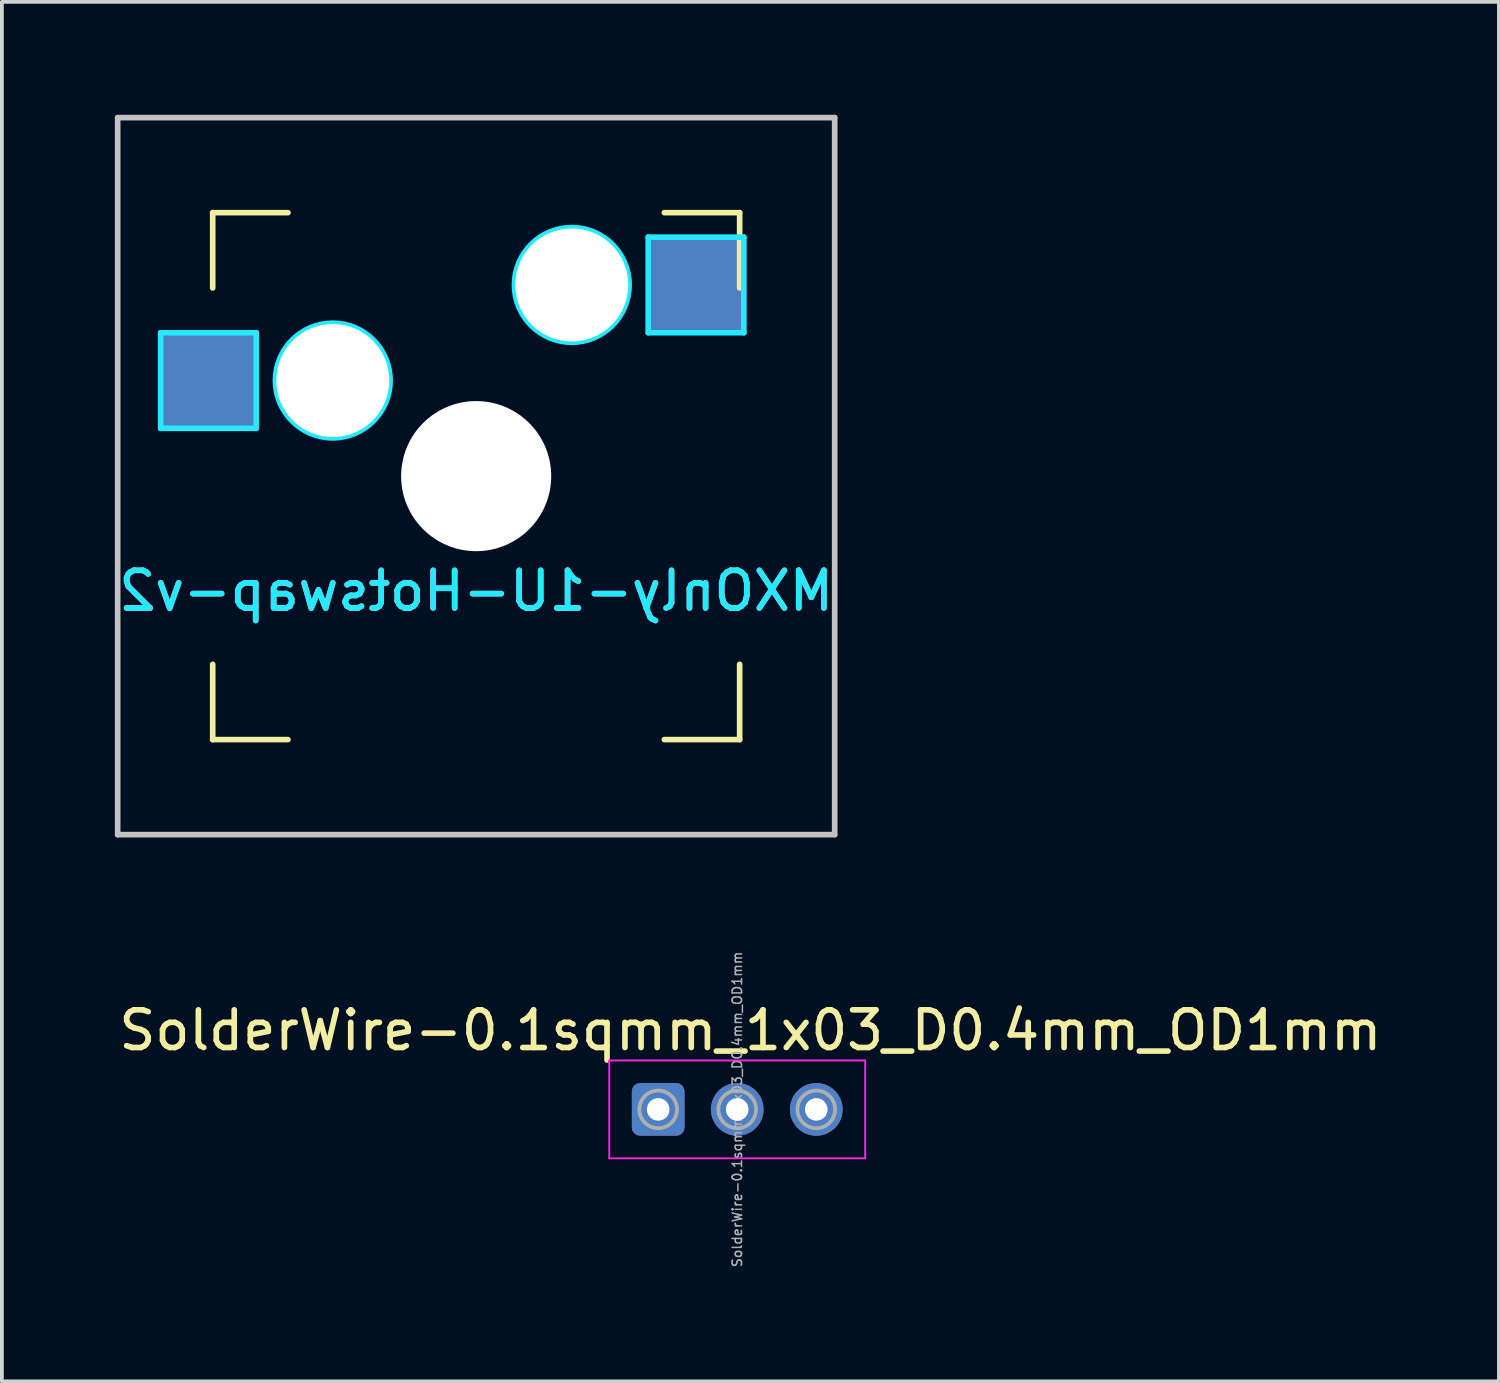
<source format=kicad_pcb>
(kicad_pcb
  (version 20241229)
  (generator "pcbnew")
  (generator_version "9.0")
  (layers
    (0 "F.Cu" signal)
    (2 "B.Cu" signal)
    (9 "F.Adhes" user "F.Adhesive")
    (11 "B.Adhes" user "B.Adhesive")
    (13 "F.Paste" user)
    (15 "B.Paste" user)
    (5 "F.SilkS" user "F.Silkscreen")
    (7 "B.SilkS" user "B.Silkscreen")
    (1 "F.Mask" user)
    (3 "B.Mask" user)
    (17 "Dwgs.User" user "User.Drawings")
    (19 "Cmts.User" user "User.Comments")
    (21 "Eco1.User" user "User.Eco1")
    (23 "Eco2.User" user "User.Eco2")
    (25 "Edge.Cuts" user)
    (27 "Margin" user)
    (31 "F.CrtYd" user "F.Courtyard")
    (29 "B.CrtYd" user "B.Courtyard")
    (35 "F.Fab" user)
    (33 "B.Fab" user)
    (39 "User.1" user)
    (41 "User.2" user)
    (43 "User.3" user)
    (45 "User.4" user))
  (footprint "MXOnly-1U-Hotswap-v2"
    (layer "F.Cu")
    (at 9.601 9.6)
    (property "Reference" "MXOnly-1U-Hotswap-v2" (at 0 3.048 0) (layer "B.CrtYd") (effects (font (size 1 1) (thickness 0.15)) (justify mirror)))
    (attr smd)
    (fp_line (start -7 -7) (end -7 -5) (stroke (width 0.15) (type solid)) (layer "F.SilkS"))
    (fp_line (start -7 5) (end -7 7) (stroke (width 0.15) (type solid)) (layer "F.SilkS"))
    (fp_line (start -7 7) (end -5 7) (stroke (width 0.15) (type solid)) (layer "F.SilkS"))
    (fp_line (start -5 -7) (end -7 -7) (stroke (width 0.15) (type solid)) (layer "F.SilkS"))
    (fp_line (start 5 -7) (end 7 -7) (stroke (width 0.15) (type solid)) (layer "F.SilkS"))
    (fp_line (start 5 7) (end 7 7) (stroke (width 0.15) (type solid)) (layer "F.SilkS"))
    (fp_line (start 7 -7) (end 7 -5) (stroke (width 0.15) (type solid)) (layer "F.SilkS"))
    (fp_line (start 7 7) (end 7 5) (stroke (width 0.15) (type solid)) (layer "F.SilkS"))
    (fp_line (start -9.525 -9.525) (end 9.525 -9.525) (stroke (width 0.15) (type solid)) (layer "Dwgs.User"))
    (fp_line (start -9.525 9.525) (end -9.525 -9.525) (stroke (width 0.15) (type solid)) (layer "Dwgs.User"))
    (fp_line (start 9.525 -9.525) (end 9.525 9.525) (stroke (width 0.15) (type solid)) (layer "Dwgs.User"))
    (fp_line (start 9.525 9.525) (end -9.525 9.525) (stroke (width 0.15) (type solid)) (layer "Dwgs.User"))
    (fp_line (start -8.382 -3.81) (end -8.382 -1.27) (stroke (width 0.15) (type solid)) (layer "B.CrtYd"))
    (fp_line (start -8.382 -1.27) (end -5.842 -1.27) (stroke (width 0.15) (type solid)) (layer "B.CrtYd"))
    (fp_line (start -5.842 -3.81) (end -8.382 -3.81) (stroke (width 0.15) (type solid)) (layer "B.CrtYd"))
    (fp_line (start -5.842 -1.27) (end -5.842 -3.81) (stroke (width 0.15) (type solid)) (layer "B.CrtYd"))
    (fp_line (start 4.572 -6.35) (end 7.112 -6.35) (stroke (width 0.15) (type solid)) (layer "B.CrtYd"))
    (fp_line (start 4.572 -3.81) (end 4.572 -6.35) (stroke (width 0.15) (type solid)) (layer "B.CrtYd"))
    (fp_line (start 7.112 -6.35) (end 7.112 -3.81) (stroke (width 0.15) (type solid)) (layer "B.CrtYd"))
    (fp_line (start 7.112 -3.81) (end 4.572 -3.81) (stroke (width 0.15) (type solid)) (layer "B.CrtYd"))
    (fp_circle (center -3.81 -2.54) (end -3.81 -4.064) (stroke (width 0.15) (type solid)) (fill no) (layer "B.CrtYd"))
    (fp_circle (center 2.54 -5.08) (end 2.54 -6.604) (stroke (width 0.15) (type solid)) (fill no) (layer "B.CrtYd"))
    (fp_text user "${REFERENCE}" (at 0 3.048 0) (layer "B.SilkS") (effects (font (size 1 1) (thickness 0.15)) (justify mirror)))
    (pad "" np_thru_hole circle (at -3.81 -2.54) (size 3 3) (drill 3) (layers "*.Cu" "*.Mask"))
    (pad "" np_thru_hole circle (at 0 0) (size 3.988 3.988) (drill 3.988) (layers "*.Cu" "*.Mask"))
    (pad "" np_thru_hole circle (at 2.54 -5.08) (size 3 3) (drill 3) (layers "*.Cu" "*.Mask"))
    (pad "1" smd rect (at -7.085 -2.54) (size 2.55 2.5) (layers "B.Cu" "B.Mask" "B.Paste"))
    (pad "2" smd rect (at 5.842 -5.08) (size 2.55 2.5) (layers "B.Cu" "B.Mask" "B.Paste")))
  (footprint "SolderWire-0.1sqmm_1x03_D0.4mm_OD1mm"
    (layer "F.Cu")
    (at 14.437 26.425)
    (property "Reference" "SolderWire-0.1sqmm_1x03_D0.4mm_OD1mm" (at 2.45 -2.1 0) (layer "F.SilkS") (effects (font (size 1 1) (thickness 0.15))))
    (attr exclude_from_pos_files exclude_from_bom)
    (fp_line (start -1.3 -1.3) (end -1.3 1.3) (stroke (width 0.05) (type solid)) (layer "F.CrtYd"))
    (fp_line (start -1.3 1.3) (end 5.5 1.3) (stroke (width 0.05) (type solid)) (layer "F.CrtYd"))
    (fp_line (start 5.5 -1.3) (end -1.3 -1.3) (stroke (width 0.05) (type solid)) (layer "F.CrtYd"))
    (fp_line (start 5.5 1.3) (end 5.5 -1.3) (stroke (width 0.05) (type solid)) (layer "F.CrtYd"))
    (fp_circle (center 0 0) (end 0.5 0) (stroke (width 0.1) (type solid)) (fill no) (layer "F.Fab"))
    (fp_circle (center 2.1 0) (end 2.6 0) (stroke (width 0.1) (type solid)) (fill no) (layer "F.Fab"))
    (fp_circle (center 4.2 0) (end 4.7 0) (stroke (width 0.1) (type solid)) (fill no) (layer "F.Fab"))
    (fp_text user "${REFERENCE}" (at 2.1 0 90) (layer "F.Fab") (effects (font (size 0.25 0.25) (thickness 0.04))))
    (pad "1" thru_hole roundrect (at 0 0) (size 1.4 1.4) (drill 0.6) (layers "*.Cu" "*.Mask") (roundrect_rratio 0.156))
    (pad "2" thru_hole circle (at 2.1 0) (size 1.4 1.4) (drill 0.6) (layers "*.Cu" "*.Mask"))
    (pad "3" thru_hole circle (at 4.2 0) (size 1.4 1.4) (drill 0.6) (layers "*.Cu" "*.Mask")))
  (gr_rect
    (start -3 -3)
    (end 36.774 33.651)
    (stroke (width 0.1) (type default))
    (fill no)
    (layer "Edge.Cuts")))
</source>
